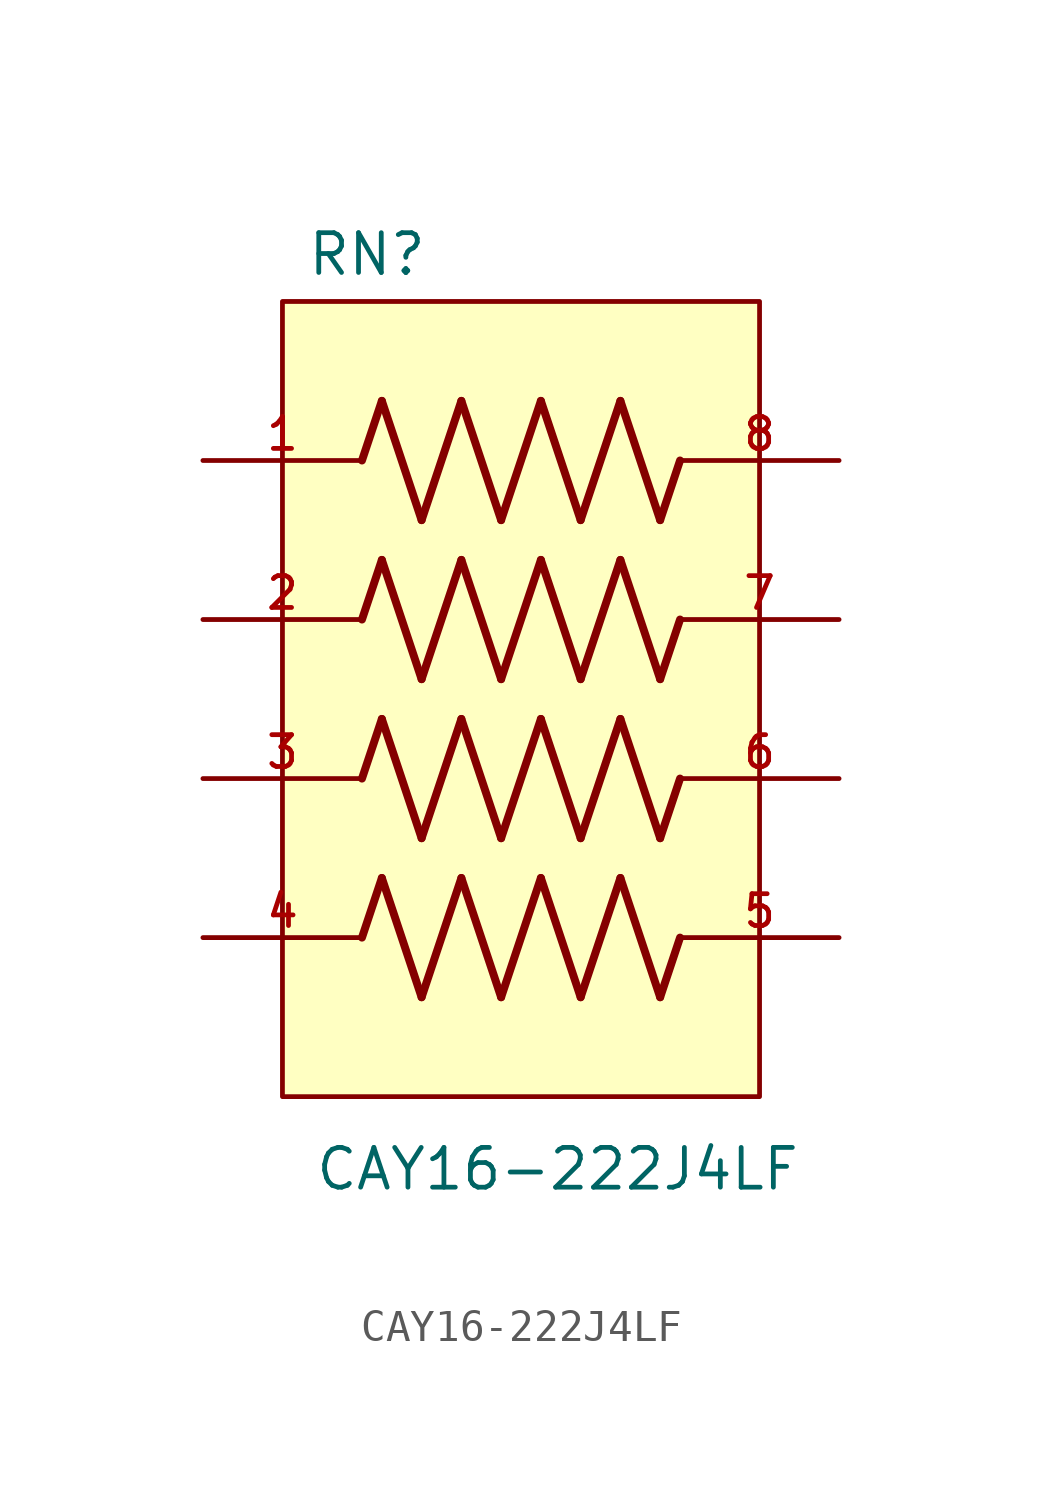
<source format=kicad_sym>
(kicad_symbol_lib
  (version 20211014)
  (generator kicad_symbol_editor)
  (symbol "CAY16-222J4LF"
    (pin_names
      (offset 1.016))
    (property "Reference" "RN"
      (at -6.862 13.463 0)
      (effects (font (size 1.27 1.27)) (justify bottom left)))
    (property "Value" "CAY16-222J4LF"
      (at -6.614 -15.755 0)
      (effects (font (size 1.27 1.27)) (justify bottom left)))
    (symbol "CAY16-222J4LF_0_0"
      (polyline (pts (xy -5.08 2.54) (xy -4.445 4.445)) (stroke (width 0.254)))
      (polyline (pts (xy -4.445 4.445) (xy -3.175 0.635)) (stroke (width 0.254)))
      (polyline (pts (xy -3.175 0.635) (xy -1.905 4.445)) (stroke (width 0.254)))
      (polyline (pts (xy -1.905 4.445) (xy -0.635 0.635)) (stroke (width 0.254)))
      (polyline (pts (xy -0.635 0.635) (xy 0.635 4.445)) (stroke (width 0.254)))
      (polyline (pts (xy 0.635 4.445) (xy 1.905 0.635)) (stroke (width 0.254)))
      (polyline (pts (xy 1.905 0.635) (xy 3.175 4.445)) (stroke (width 0.254)))
      (polyline (pts (xy 3.175 4.445) (xy 4.445 0.635)) (stroke (width 0.254)))
      (polyline (pts (xy 4.445 0.635) (xy 5.08 2.54)) (stroke (width 0.254)))
      (polyline (pts (xy -5.08 7.62) (xy -4.445 9.525)) (stroke (width 0.254)))
      (polyline (pts (xy -4.445 9.525) (xy -3.175 5.715)) (stroke (width 0.254)))
      (polyline (pts (xy -3.175 5.715) (xy -1.905 9.525)) (stroke (width 0.254)))
      (polyline (pts (xy -1.905 9.525) (xy -0.635 5.715)) (stroke (width 0.254)))
      (polyline (pts (xy -0.635 5.715) (xy 0.635 9.525)) (stroke (width 0.254)))
      (polyline (pts (xy 0.635 9.525) (xy 1.905 5.715)) (stroke (width 0.254)))
      (polyline (pts (xy 1.905 5.715) (xy 3.175 9.525)) (stroke (width 0.254)))
      (polyline (pts (xy 3.175 9.525) (xy 4.445 5.715)) (stroke (width 0.254)))
      (polyline (pts (xy 4.445 5.715) (xy 5.08 7.62)) (stroke (width 0.254)))
      (polyline (pts (xy -5.08 -2.54) (xy -4.445 -0.635)) (stroke (width 0.254)))
      (polyline (pts (xy -4.445 -0.635) (xy -3.175 -4.445)) (stroke (width 0.254)))
      (polyline (pts (xy -3.175 -4.445) (xy -1.905 -0.635)) (stroke (width 0.254)))
      (polyline (pts (xy -1.905 -0.635) (xy -0.635 -4.445)) (stroke (width 0.254)))
      (polyline (pts (xy -0.635 -4.445) (xy 0.635 -0.635)) (stroke (width 0.254)))
      (polyline (pts (xy 0.635 -0.635) (xy 1.905 -4.445)) (stroke (width 0.254)))
      (polyline (pts (xy 1.905 -4.445) (xy 3.175 -0.635)) (stroke (width 0.254)))
      (polyline (pts (xy 3.175 -0.635) (xy 4.445 -4.445)) (stroke (width 0.254)))
      (polyline (pts (xy 4.445 -4.445) (xy 5.08 -2.54)) (stroke (width 0.254)))
      (polyline (pts (xy -5.08 -7.62) (xy -4.445 -5.715)) (stroke (width 0.254)))
      (polyline (pts (xy -4.445 -5.715) (xy -3.175 -9.525)) (stroke (width 0.254)))
      (polyline (pts (xy -3.175 -9.525) (xy -1.905 -5.715)) (stroke (width 0.254)))
      (polyline (pts (xy -1.905 -5.715) (xy -0.635 -9.525)) (stroke (width 0.254)))
      (polyline (pts (xy -0.635 -9.525) (xy 0.635 -5.715)) (stroke (width 0.254)))
      (polyline (pts (xy 0.635 -5.715) (xy 1.905 -9.525)) (stroke (width 0.254)))
      (polyline (pts (xy 1.905 -9.525) (xy 3.175 -5.715)) (stroke (width 0.254)))
      (polyline (pts (xy 3.175 -5.715) (xy 4.445 -9.525)) (stroke (width 0.254)))
      (polyline (pts (xy 4.445 -9.525) (xy 5.08 -7.62)) (stroke (width 0.254)))
      (rectangle (start -7.62 -12.7) (end 7.62 12.7) (stroke (width 0.152)) (fill (type background)))
      (pin passive line (at -10.16 7.62 0) (length 5.08) (name "~" (effects (font (size 1.016 1.016)))) (number "1" (effects (font (size 1.016 1.016)))))
      (pin passive line (at -10.16 2.54 0) (length 5.08) (name "~" (effects (font (size 1.016 1.016)))) (number "2" (effects (font (size 1.016 1.016)))))
      (pin passive line (at -10.16 -2.54 0) (length 5.08) (name "~" (effects (font (size 1.016 1.016)))) (number "3" (effects (font (size 1.016 1.016)))))
      (pin passive line (at -10.16 -7.62 0) (length 5.08) (name "~" (effects (font (size 1.016 1.016)))) (number "4" (effects (font (size 1.016 1.016)))))
      (pin passive line (at 10.16 -7.62 180.0) (length 5.08) (name "~" (effects (font (size 1.016 1.016)))) (number "5" (effects (font (size 1.016 1.016)))))
      (pin passive line (at 10.16 -2.54 180.0) (length 5.08) (name "~" (effects (font (size 1.016 1.016)))) (number "6" (effects (font (size 1.016 1.016)))))
      (pin passive line (at 10.16 2.54 180.0) (length 5.08) (name "~" (effects (font (size 1.016 1.016)))) (number "7" (effects (font (size 1.016 1.016)))))
      (pin passive line (at 10.16 7.62 180.0) (length 5.08) (name "~" (effects (font (size 1.016 1.016)))) (number "8" (effects (font (size 1.016 1.016))))))))
</source>
